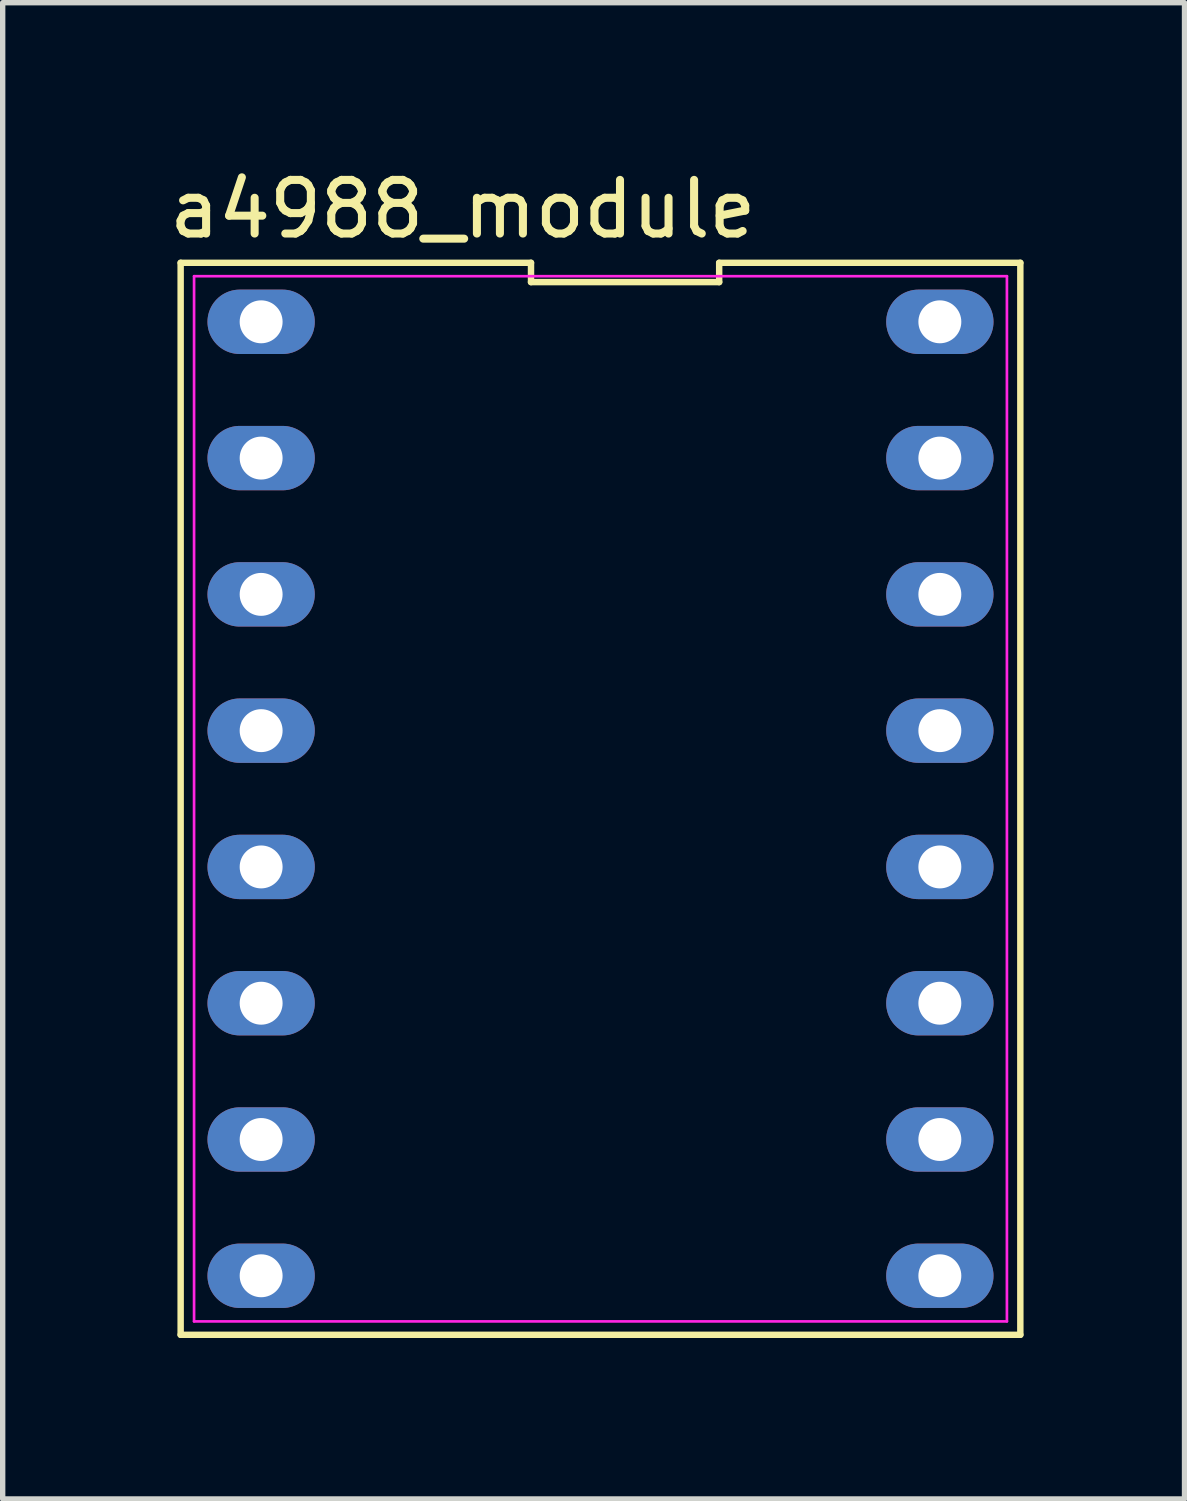
<source format=kicad_pcb>
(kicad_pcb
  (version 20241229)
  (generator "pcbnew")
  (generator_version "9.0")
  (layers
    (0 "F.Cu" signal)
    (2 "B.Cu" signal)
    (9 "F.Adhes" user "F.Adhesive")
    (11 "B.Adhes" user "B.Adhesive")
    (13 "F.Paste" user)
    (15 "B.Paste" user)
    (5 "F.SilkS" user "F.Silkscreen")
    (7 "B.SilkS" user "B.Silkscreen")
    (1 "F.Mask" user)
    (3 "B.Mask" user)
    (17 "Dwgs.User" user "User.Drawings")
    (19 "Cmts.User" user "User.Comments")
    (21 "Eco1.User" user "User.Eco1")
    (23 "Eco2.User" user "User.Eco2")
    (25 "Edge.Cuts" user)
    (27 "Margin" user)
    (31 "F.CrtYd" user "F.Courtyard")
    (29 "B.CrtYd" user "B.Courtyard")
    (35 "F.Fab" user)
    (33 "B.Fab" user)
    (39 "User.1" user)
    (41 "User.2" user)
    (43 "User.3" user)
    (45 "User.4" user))
  (footprint "a4988_module"
    (layer "F.Cu")
    (at 6.847 10.568)
    (property "Reference" "a4988_module" (at -1.27 -9.72 0) (layer "F.SilkS") (effects (font (size 1 1) (thickness 0.15))))
    (attr through_hole)
    (fp_line (start -6.53 11.26) (end 9.12 11.26) (stroke (width 0.12) (type default)) (layer "F.SilkS"))
    (fp_line (start -6.53 -8.72) (end -6.53 11.26) (stroke (width 0.12) (type default)) (layer "F.SilkS"))
    (fp_line (start 0 -8.72) (end -6.53 -8.72) (stroke (width 0.12) (type default)) (layer "F.SilkS"))
    (fp_line (start 0 -8.36) (end 0 -8.72) (stroke (width 0.12) (type default)) (layer "F.SilkS"))
    (fp_line (start 3.507 -8.72) (end 3.507 -8.36) (stroke (width 0.12) (type default)) (layer "F.SilkS"))
    (fp_line (start 3.507 -8.36) (end 0 -8.36) (stroke (width 0.12) (type default)) (layer "F.SilkS"))
    (fp_line (start 9.12 11.26) (end 9.12 -8.72) (stroke (width 0.12) (type default)) (layer "F.SilkS"))
    (fp_line (start 9.12 -8.72) (end 3.507 -8.72) (stroke (width 0.12) (type default)) (layer "F.SilkS"))
    (fp_line (start -6.28 -8.47) (end 8.87 -8.47) (stroke (width 0.05) (type default)) (layer "F.CrtYd"))
    (fp_line (start -6.28 11.01) (end -6.28 -8.47) (stroke (width 0.05) (type default)) (layer "F.CrtYd"))
    (fp_line (start 8.87 -8.47) (end 8.87 11.01) (stroke (width 0.05) (type default)) (layer "F.CrtYd"))
    (fp_line (start 8.87 11.01) (end -6.28 11.01) (stroke (width 0.05) (type default)) (layer "F.CrtYd"))
    (pad "1" thru_hole oval (at -5.03 -7.62 270) (size 1.2 2) (drill 0.8) (layers "*.Cu" "*.Mask"))
    (pad "2" thru_hole oval (at -5.03 -5.08 270) (size 1.2 2) (drill 0.8) (layers "*.Cu" "*.Mask"))
    (pad "3" thru_hole oval (at -5.03 -2.54 270) (size 1.2 2) (drill 0.8) (layers "*.Cu" "*.Mask"))
    (pad "4" thru_hole oval (at -5.03 0 270) (size 1.2 2) (drill 0.8) (layers "*.Cu" "*.Mask"))
    (pad "5" thru_hole oval (at -5.03 2.54 270) (size 1.2 2) (drill 0.8) (layers "*.Cu" "*.Mask"))
    (pad "6" thru_hole oval (at -5.03 5.08 270) (size 1.2 2) (drill 0.8) (layers "*.Cu" "*.Mask"))
    (pad "7" thru_hole oval (at -5.03 7.62 270) (size 1.2 2) (drill 0.8) (layers "*.Cu" "*.Mask"))
    (pad "8" thru_hole oval (at -5.03 10.16 270) (size 1.2 2) (drill 0.8) (layers "*.Cu" "*.Mask"))
    (pad "9" thru_hole oval (at 7.62 -7.62 270) (size 1.2 2) (drill 0.8) (layers "*.Cu" "*.Mask"))
    (pad "10" thru_hole oval (at 7.62 -5.08 270) (size 1.2 2) (drill 0.8) (layers "*.Cu" "*.Mask"))
    (pad "11" thru_hole oval (at 7.62 -2.54 270) (size 1.2 2) (drill 0.8) (layers "*.Cu" "*.Mask"))
    (pad "12" thru_hole oval (at 7.62 0 270) (size 1.2 2) (drill 0.8) (layers "*.Cu" "*.Mask"))
    (pad "13" thru_hole oval (at 7.62 2.54 270) (size 1.2 2) (drill 0.8) (layers "*.Cu" "*.Mask"))
    (pad "14" thru_hole oval (at 7.62 5.08 270) (size 1.2 2) (drill 0.8) (layers "*.Cu" "*.Mask"))
    (pad "15" thru_hole oval (at 7.62 7.62 270) (size 1.2 2) (drill 0.8) (layers "*.Cu" "*.Mask"))
    (pad "16" thru_hole oval (at 7.62 10.16 270) (size 1.2 2) (drill 0.8) (layers "*.Cu" "*.Mask")))
  (gr_rect
    (start -3 -3)
    (end 19.027 24.888)
    (stroke (width 0.1) (type default))
    (fill no)
    (layer "Edge.Cuts")))
</source>
